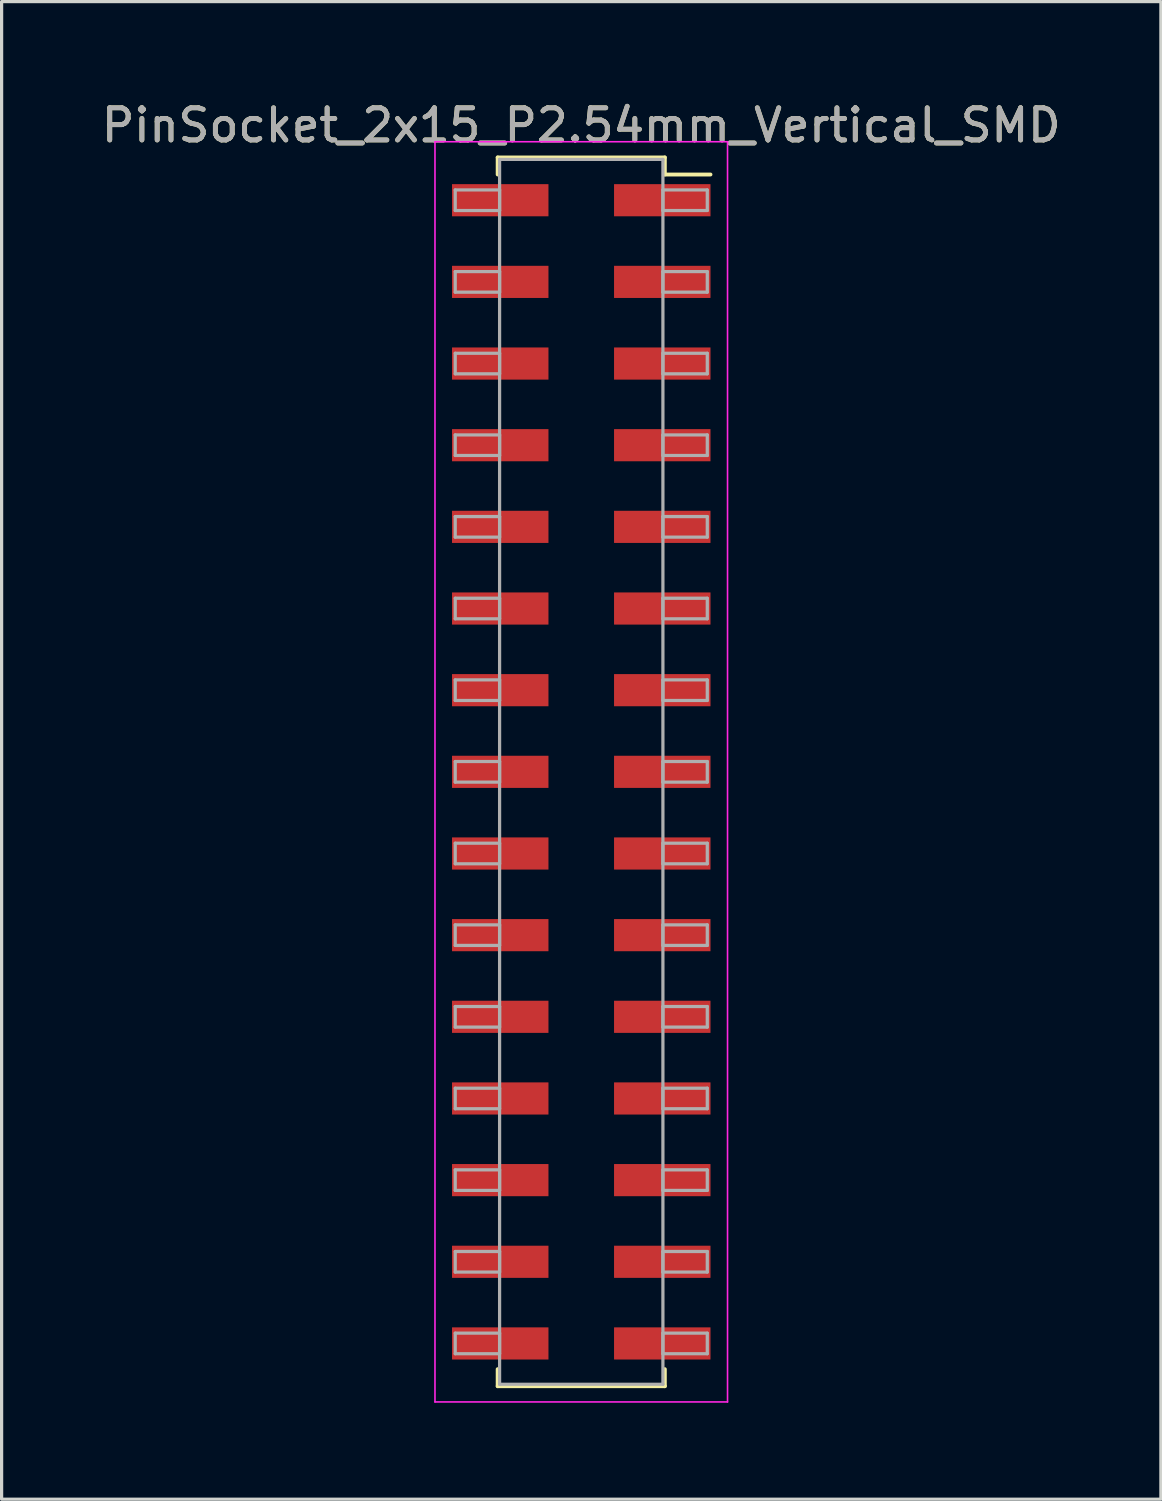
<source format=kicad_pcb>
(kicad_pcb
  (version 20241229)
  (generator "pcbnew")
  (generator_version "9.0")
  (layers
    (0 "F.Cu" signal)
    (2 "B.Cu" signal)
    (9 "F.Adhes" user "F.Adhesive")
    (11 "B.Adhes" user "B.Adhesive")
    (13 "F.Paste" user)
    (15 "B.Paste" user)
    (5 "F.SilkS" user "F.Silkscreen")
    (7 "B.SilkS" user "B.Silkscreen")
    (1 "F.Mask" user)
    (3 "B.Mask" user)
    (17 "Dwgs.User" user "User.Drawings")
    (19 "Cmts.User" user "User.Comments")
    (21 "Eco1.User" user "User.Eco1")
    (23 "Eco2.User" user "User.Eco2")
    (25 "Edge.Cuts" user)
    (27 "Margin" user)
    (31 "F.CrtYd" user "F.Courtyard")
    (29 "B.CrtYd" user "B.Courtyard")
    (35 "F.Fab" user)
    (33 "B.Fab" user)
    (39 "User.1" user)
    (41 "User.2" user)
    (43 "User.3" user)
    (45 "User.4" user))
  (footprint "PinSocket_2x15_P2.54mm_Vertical_SMD"
    (layer "F.Cu")
    (at 15.03 20.958)
    (property "Reference" "PinSocket_2x15_P2.54mm_Vertical_SMD" (at 0 -20.11 0) (layer "F.SilkS") (effects (font (size 1 1) (thickness 0.15))))
    (attr smd)
    (fp_line (start -2.6 -19.11) (end 2.6 -19.11) (stroke (width 0.12) (type solid)) (layer "F.SilkS"))
    (fp_line (start -2.6 -18.58) (end -2.6 -19.11) (stroke (width 0.12) (type solid)) (layer "F.SilkS"))
    (fp_line (start -2.6 18.58) (end -2.6 19.11) (stroke (width 0.12) (type solid)) (layer "F.SilkS"))
    (fp_line (start -2.6 19.11) (end 2.6 19.11) (stroke (width 0.12) (type solid)) (layer "F.SilkS"))
    (fp_line (start 2.6 -19.11) (end 2.6 -18.58) (stroke (width 0.12) (type solid)) (layer "F.SilkS"))
    (fp_line (start 2.6 19.11) (end 2.6 18.58) (stroke (width 0.12) (type solid)) (layer "F.SilkS"))
    (fp_line (start 4.02 -18.58) (end 2.6 -18.58) (stroke (width 0.12) (type solid)) (layer "F.SilkS"))
    (fp_line (start -4.55 -19.6) (end -4.55 19.6) (stroke (width 0.05) (type solid)) (layer "F.CrtYd"))
    (fp_line (start -4.55 19.6) (end 4.55 19.6) (stroke (width 0.05) (type solid)) (layer "F.CrtYd"))
    (fp_line (start 4.55 -19.6) (end -4.55 -19.6) (stroke (width 0.05) (type solid)) (layer "F.CrtYd"))
    (fp_line (start 4.55 19.6) (end 4.55 -19.6) (stroke (width 0.05) (type solid)) (layer "F.CrtYd"))
    (fp_line (start -3.92 -18.1) (end -2.54 -18.1) (stroke (width 0.1) (type solid)) (layer "F.Fab"))
    (fp_line (start -3.92 -17.46) (end -3.92 -18.1) (stroke (width 0.1) (type solid)) (layer "F.Fab"))
    (fp_line (start -3.92 -15.56) (end -2.54 -15.56) (stroke (width 0.1) (type solid)) (layer "F.Fab"))
    (fp_line (start -3.92 -14.92) (end -3.92 -15.56) (stroke (width 0.1) (type solid)) (layer "F.Fab"))
    (fp_line (start -3.92 -13.02) (end -2.54 -13.02) (stroke (width 0.1) (type solid)) (layer "F.Fab"))
    (fp_line (start -3.92 -12.38) (end -3.92 -13.02) (stroke (width 0.1) (type solid)) (layer "F.Fab"))
    (fp_line (start -3.92 -10.48) (end -2.54 -10.48) (stroke (width 0.1) (type solid)) (layer "F.Fab"))
    (fp_line (start -3.92 -9.84) (end -3.92 -10.48) (stroke (width 0.1) (type solid)) (layer "F.Fab"))
    (fp_line (start -3.92 -7.94) (end -2.54 -7.94) (stroke (width 0.1) (type solid)) (layer "F.Fab"))
    (fp_line (start -3.92 -7.3) (end -3.92 -7.94) (stroke (width 0.1) (type solid)) (layer "F.Fab"))
    (fp_line (start -3.92 -5.4) (end -2.54 -5.4) (stroke (width 0.1) (type solid)) (layer "F.Fab"))
    (fp_line (start -3.92 -4.76) (end -3.92 -5.4) (stroke (width 0.1) (type solid)) (layer "F.Fab"))
    (fp_line (start -3.92 -2.86) (end -2.54 -2.86) (stroke (width 0.1) (type solid)) (layer "F.Fab"))
    (fp_line (start -3.92 -2.22) (end -3.92 -2.86) (stroke (width 0.1) (type solid)) (layer "F.Fab"))
    (fp_line (start -3.92 -0.32) (end -2.54 -0.32) (stroke (width 0.1) (type solid)) (layer "F.Fab"))
    (fp_line (start -3.92 0.32) (end -3.92 -0.32) (stroke (width 0.1) (type solid)) (layer "F.Fab"))
    (fp_line (start -3.92 2.22) (end -2.54 2.22) (stroke (width 0.1) (type solid)) (layer "F.Fab"))
    (fp_line (start -3.92 2.86) (end -3.92 2.22) (stroke (width 0.1) (type solid)) (layer "F.Fab"))
    (fp_line (start -3.92 4.76) (end -2.54 4.76) (stroke (width 0.1) (type solid)) (layer "F.Fab"))
    (fp_line (start -3.92 5.4) (end -3.92 4.76) (stroke (width 0.1) (type solid)) (layer "F.Fab"))
    (fp_line (start -3.92 7.3) (end -2.54 7.3) (stroke (width 0.1) (type solid)) (layer "F.Fab"))
    (fp_line (start -3.92 7.94) (end -3.92 7.3) (stroke (width 0.1) (type solid)) (layer "F.Fab"))
    (fp_line (start -3.92 9.84) (end -2.54 9.84) (stroke (width 0.1) (type solid)) (layer "F.Fab"))
    (fp_line (start -3.92 10.48) (end -3.92 9.84) (stroke (width 0.1) (type solid)) (layer "F.Fab"))
    (fp_line (start -3.92 12.38) (end -2.54 12.38) (stroke (width 0.1) (type solid)) (layer "F.Fab"))
    (fp_line (start -3.92 13.02) (end -3.92 12.38) (stroke (width 0.1) (type solid)) (layer "F.Fab"))
    (fp_line (start -3.92 14.92) (end -2.54 14.92) (stroke (width 0.1) (type solid)) (layer "F.Fab"))
    (fp_line (start -3.92 15.56) (end -3.92 14.92) (stroke (width 0.1) (type solid)) (layer "F.Fab"))
    (fp_line (start -3.92 17.46) (end -2.54 17.46) (stroke (width 0.1) (type solid)) (layer "F.Fab"))
    (fp_line (start -3.92 18.1) (end -3.92 17.46) (stroke (width 0.1) (type solid)) (layer "F.Fab"))
    (fp_line (start -2.54 -19.05) (end -2.54 19.05) (stroke (width 0.1) (type solid)) (layer "F.Fab"))
    (fp_line (start -2.54 -18.1) (end -2.54 -17.46) (stroke (width 0.1) (type solid)) (layer "F.Fab"))
    (fp_line (start -2.54 -17.46) (end -3.92 -17.46) (stroke (width 0.1) (type solid)) (layer "F.Fab"))
    (fp_line (start -2.54 -15.56) (end -2.54 -14.92) (stroke (width 0.1) (type solid)) (layer "F.Fab"))
    (fp_line (start -2.54 -14.92) (end -3.92 -14.92) (stroke (width 0.1) (type solid)) (layer "F.Fab"))
    (fp_line (start -2.54 -13.02) (end -2.54 -12.38) (stroke (width 0.1) (type solid)) (layer "F.Fab"))
    (fp_line (start -2.54 -12.38) (end -3.92 -12.38) (stroke (width 0.1) (type solid)) (layer "F.Fab"))
    (fp_line (start -2.54 -10.48) (end -2.54 -9.84) (stroke (width 0.1) (type solid)) (layer "F.Fab"))
    (fp_line (start -2.54 -9.84) (end -3.92 -9.84) (stroke (width 0.1) (type solid)) (layer "F.Fab"))
    (fp_line (start -2.54 -7.94) (end -2.54 -7.3) (stroke (width 0.1) (type solid)) (layer "F.Fab"))
    (fp_line (start -2.54 -7.3) (end -3.92 -7.3) (stroke (width 0.1) (type solid)) (layer "F.Fab"))
    (fp_line (start -2.54 -5.4) (end -2.54 -4.76) (stroke (width 0.1) (type solid)) (layer "F.Fab"))
    (fp_line (start -2.54 -4.76) (end -3.92 -4.76) (stroke (width 0.1) (type solid)) (layer "F.Fab"))
    (fp_line (start -2.54 -2.86) (end -2.54 -2.22) (stroke (width 0.1) (type solid)) (layer "F.Fab"))
    (fp_line (start -2.54 -2.22) (end -3.92 -2.22) (stroke (width 0.1) (type solid)) (layer "F.Fab"))
    (fp_line (start -2.54 -0.32) (end -2.54 0.32) (stroke (width 0.1) (type solid)) (layer "F.Fab"))
    (fp_line (start -2.54 0.32) (end -3.92 0.32) (stroke (width 0.1) (type solid)) (layer "F.Fab"))
    (fp_line (start -2.54 2.22) (end -2.54 2.86) (stroke (width 0.1) (type solid)) (layer "F.Fab"))
    (fp_line (start -2.54 2.86) (end -3.92 2.86) (stroke (width 0.1) (type solid)) (layer "F.Fab"))
    (fp_line (start -2.54 4.76) (end -2.54 5.4) (stroke (width 0.1) (type solid)) (layer "F.Fab"))
    (fp_line (start -2.54 5.4) (end -3.92 5.4) (stroke (width 0.1) (type solid)) (layer "F.Fab"))
    (fp_line (start -2.54 7.3) (end -2.54 7.94) (stroke (width 0.1) (type solid)) (layer "F.Fab"))
    (fp_line (start -2.54 7.94) (end -3.92 7.94) (stroke (width 0.1) (type solid)) (layer "F.Fab"))
    (fp_line (start -2.54 9.84) (end -2.54 10.48) (stroke (width 0.1) (type solid)) (layer "F.Fab"))
    (fp_line (start -2.54 10.48) (end -3.92 10.48) (stroke (width 0.1) (type solid)) (layer "F.Fab"))
    (fp_line (start -2.54 12.38) (end -2.54 13.02) (stroke (width 0.1) (type solid)) (layer "F.Fab"))
    (fp_line (start -2.54 13.02) (end -3.92 13.02) (stroke (width 0.1) (type solid)) (layer "F.Fab"))
    (fp_line (start -2.54 14.92) (end -2.54 15.56) (stroke (width 0.1) (type solid)) (layer "F.Fab"))
    (fp_line (start -2.54 15.56) (end -3.92 15.56) (stroke (width 0.1) (type solid)) (layer "F.Fab"))
    (fp_line (start -2.54 17.46) (end -2.54 18.1) (stroke (width 0.1) (type solid)) (layer "F.Fab"))
    (fp_line (start -2.54 18.1) (end -3.92 18.1) (stroke (width 0.1) (type solid)) (layer "F.Fab"))
    (fp_line (start -2.54 19.05) (end 2.54 19.05) (stroke (width 0.1) (type solid)) (layer "F.Fab"))
    (fp_line (start 2.54 -19.05) (end -2.54 -19.05) (stroke (width 0.1) (type solid)) (layer "F.Fab"))
    (fp_line (start 2.54 -18.1) (end 2.54 -17.46) (stroke (width 0.1) (type solid)) (layer "F.Fab"))
    (fp_line (start 2.54 -17.46) (end 3.92 -17.46) (stroke (width 0.1) (type solid)) (layer "F.Fab"))
    (fp_line (start 2.54 -15.56) (end 2.54 -14.92) (stroke (width 0.1) (type solid)) (layer "F.Fab"))
    (fp_line (start 2.54 -14.92) (end 3.92 -14.92) (stroke (width 0.1) (type solid)) (layer "F.Fab"))
    (fp_line (start 2.54 -13.02) (end 2.54 -12.38) (stroke (width 0.1) (type solid)) (layer "F.Fab"))
    (fp_line (start 2.54 -12.38) (end 3.92 -12.38) (stroke (width 0.1) (type solid)) (layer "F.Fab"))
    (fp_line (start 2.54 -10.48) (end 2.54 -9.84) (stroke (width 0.1) (type solid)) (layer "F.Fab"))
    (fp_line (start 2.54 -9.84) (end 3.92 -9.84) (stroke (width 0.1) (type solid)) (layer "F.Fab"))
    (fp_line (start 2.54 -7.94) (end 2.54 -7.3) (stroke (width 0.1) (type solid)) (layer "F.Fab"))
    (fp_line (start 2.54 -7.3) (end 3.92 -7.3) (stroke (width 0.1) (type solid)) (layer "F.Fab"))
    (fp_line (start 2.54 -5.4) (end 2.54 -4.76) (stroke (width 0.1) (type solid)) (layer "F.Fab"))
    (fp_line (start 2.54 -4.76) (end 3.92 -4.76) (stroke (width 0.1) (type solid)) (layer "F.Fab"))
    (fp_line (start 2.54 -2.86) (end 2.54 -2.22) (stroke (width 0.1) (type solid)) (layer "F.Fab"))
    (fp_line (start 2.54 -2.22) (end 3.92 -2.22) (stroke (width 0.1) (type solid)) (layer "F.Fab"))
    (fp_line (start 2.54 -0.32) (end 2.54 0.32) (stroke (width 0.1) (type solid)) (layer "F.Fab"))
    (fp_line (start 2.54 0.32) (end 3.92 0.32) (stroke (width 0.1) (type solid)) (layer "F.Fab"))
    (fp_line (start 2.54 2.22) (end 2.54 2.86) (stroke (width 0.1) (type solid)) (layer "F.Fab"))
    (fp_line (start 2.54 2.86) (end 3.92 2.86) (stroke (width 0.1) (type solid)) (layer "F.Fab"))
    (fp_line (start 2.54 4.76) (end 2.54 5.4) (stroke (width 0.1) (type solid)) (layer "F.Fab"))
    (fp_line (start 2.54 5.4) (end 3.92 5.4) (stroke (width 0.1) (type solid)) (layer "F.Fab"))
    (fp_line (start 2.54 7.3) (end 2.54 7.94) (stroke (width 0.1) (type solid)) (layer "F.Fab"))
    (fp_line (start 2.54 7.94) (end 3.92 7.94) (stroke (width 0.1) (type solid)) (layer "F.Fab"))
    (fp_line (start 2.54 9.84) (end 2.54 10.48) (stroke (width 0.1) (type solid)) (layer "F.Fab"))
    (fp_line (start 2.54 10.48) (end 3.92 10.48) (stroke (width 0.1) (type solid)) (layer "F.Fab"))
    (fp_line (start 2.54 12.38) (end 2.54 13.02) (stroke (width 0.1) (type solid)) (layer "F.Fab"))
    (fp_line (start 2.54 13.02) (end 3.92 13.02) (stroke (width 0.1) (type solid)) (layer "F.Fab"))
    (fp_line (start 2.54 14.92) (end 2.54 15.56) (stroke (width 0.1) (type solid)) (layer "F.Fab"))
    (fp_line (start 2.54 15.56) (end 3.92 15.56) (stroke (width 0.1) (type solid)) (layer "F.Fab"))
    (fp_line (start 2.54 17.46) (end 2.54 18.1) (stroke (width 0.1) (type solid)) (layer "F.Fab"))
    (fp_line (start 2.54 18.1) (end 3.92 18.1) (stroke (width 0.1) (type solid)) (layer "F.Fab"))
    (fp_line (start 2.54 19.05) (end 2.54 -19.05) (stroke (width 0.1) (type solid)) (layer "F.Fab"))
    (fp_line (start 3.92 -18.1) (end 2.54 -18.1) (stroke (width 0.1) (type solid)) (layer "F.Fab"))
    (fp_line (start 3.92 -17.46) (end 3.92 -18.1) (stroke (width 0.1) (type solid)) (layer "F.Fab"))
    (fp_line (start 3.92 -15.56) (end 2.54 -15.56) (stroke (width 0.1) (type solid)) (layer "F.Fab"))
    (fp_line (start 3.92 -14.92) (end 3.92 -15.56) (stroke (width 0.1) (type solid)) (layer "F.Fab"))
    (fp_line (start 3.92 -13.02) (end 2.54 -13.02) (stroke (width 0.1) (type solid)) (layer "F.Fab"))
    (fp_line (start 3.92 -12.38) (end 3.92 -13.02) (stroke (width 0.1) (type solid)) (layer "F.Fab"))
    (fp_line (start 3.92 -10.48) (end 2.54 -10.48) (stroke (width 0.1) (type solid)) (layer "F.Fab"))
    (fp_line (start 3.92 -9.84) (end 3.92 -10.48) (stroke (width 0.1) (type solid)) (layer "F.Fab"))
    (fp_line (start 3.92 -7.94) (end 2.54 -7.94) (stroke (width 0.1) (type solid)) (layer "F.Fab"))
    (fp_line (start 3.92 -7.3) (end 3.92 -7.94) (stroke (width 0.1) (type solid)) (layer "F.Fab"))
    (fp_line (start 3.92 -5.4) (end 2.54 -5.4) (stroke (width 0.1) (type solid)) (layer "F.Fab"))
    (fp_line (start 3.92 -4.76) (end 3.92 -5.4) (stroke (width 0.1) (type solid)) (layer "F.Fab"))
    (fp_line (start 3.92 -2.86) (end 2.54 -2.86) (stroke (width 0.1) (type solid)) (layer "F.Fab"))
    (fp_line (start 3.92 -2.22) (end 3.92 -2.86) (stroke (width 0.1) (type solid)) (layer "F.Fab"))
    (fp_line (start 3.92 -0.32) (end 2.54 -0.32) (stroke (width 0.1) (type solid)) (layer "F.Fab"))
    (fp_line (start 3.92 0.32) (end 3.92 -0.32) (stroke (width 0.1) (type solid)) (layer "F.Fab"))
    (fp_line (start 3.92 2.22) (end 2.54 2.22) (stroke (width 0.1) (type solid)) (layer "F.Fab"))
    (fp_line (start 3.92 2.86) (end 3.92 2.22) (stroke (width 0.1) (type solid)) (layer "F.Fab"))
    (fp_line (start 3.92 4.76) (end 2.54 4.76) (stroke (width 0.1) (type solid)) (layer "F.Fab"))
    (fp_line (start 3.92 5.4) (end 3.92 4.76) (stroke (width 0.1) (type solid)) (layer "F.Fab"))
    (fp_line (start 3.92 7.3) (end 2.54 7.3) (stroke (width 0.1) (type solid)) (layer "F.Fab"))
    (fp_line (start 3.92 7.94) (end 3.92 7.3) (stroke (width 0.1) (type solid)) (layer "F.Fab"))
    (fp_line (start 3.92 9.84) (end 2.54 9.84) (stroke (width 0.1) (type solid)) (layer "F.Fab"))
    (fp_line (start 3.92 10.48) (end 3.92 9.84) (stroke (width 0.1) (type solid)) (layer "F.Fab"))
    (fp_line (start 3.92 12.38) (end 2.54 12.38) (stroke (width 0.1) (type solid)) (layer "F.Fab"))
    (fp_line (start 3.92 13.02) (end 3.92 12.38) (stroke (width 0.1) (type solid)) (layer "F.Fab"))
    (fp_line (start 3.92 14.92) (end 2.54 14.92) (stroke (width 0.1) (type solid)) (layer "F.Fab"))
    (fp_line (start 3.92 15.56) (end 3.92 14.92) (stroke (width 0.1) (type solid)) (layer "F.Fab"))
    (fp_line (start 3.92 17.46) (end 2.54 17.46) (stroke (width 0.1) (type solid)) (layer "F.Fab"))
    (fp_line (start 3.92 18.1) (end 3.92 17.46) (stroke (width 0.1) (type solid)) (layer "F.Fab"))
    (fp_text user "${REFERENCE}" (at 0 -20.11 0) (layer "F.Fab") (effects (font (size 1 1) (thickness 0.15))))
    (pad "1" smd rect (at 2.52 -17.78) (size 3 1) (layers "F.Cu" "F.Mask" "F.Paste"))
    (pad "2" smd rect (at -2.52 -17.78) (size 3 1) (layers "F.Cu" "F.Mask" "F.Paste"))
    (pad "3" smd rect (at 2.52 -15.24) (size 3 1) (layers "F.Cu" "F.Mask" "F.Paste"))
    (pad "4" smd rect (at -2.52 -15.24) (size 3 1) (layers "F.Cu" "F.Mask" "F.Paste"))
    (pad "5" smd rect (at 2.52 -12.7) (size 3 1) (layers "F.Cu" "F.Mask" "F.Paste"))
    (pad "6" smd rect (at -2.52 -12.7) (size 3 1) (layers "F.Cu" "F.Mask" "F.Paste"))
    (pad "7" smd rect (at 2.52 -10.16) (size 3 1) (layers "F.Cu" "F.Mask" "F.Paste"))
    (pad "8" smd rect (at -2.52 -10.16) (size 3 1) (layers "F.Cu" "F.Mask" "F.Paste"))
    (pad "9" smd rect (at 2.52 -7.62) (size 3 1) (layers "F.Cu" "F.Mask" "F.Paste"))
    (pad "10" smd rect (at -2.52 -7.62) (size 3 1) (layers "F.Cu" "F.Mask" "F.Paste"))
    (pad "11" smd rect (at 2.52 -5.08) (size 3 1) (layers "F.Cu" "F.Mask" "F.Paste"))
    (pad "12" smd rect (at -2.52 -5.08) (size 3 1) (layers "F.Cu" "F.Mask" "F.Paste"))
    (pad "13" smd rect (at 2.52 -2.54) (size 3 1) (layers "F.Cu" "F.Mask" "F.Paste"))
    (pad "14" smd rect (at -2.52 -2.54) (size 3 1) (layers "F.Cu" "F.Mask" "F.Paste"))
    (pad "15" smd rect (at 2.52 0) (size 3 1) (layers "F.Cu" "F.Mask" "F.Paste"))
    (pad "16" smd rect (at -2.52 0) (size 3 1) (layers "F.Cu" "F.Mask" "F.Paste"))
    (pad "17" smd rect (at 2.52 2.54) (size 3 1) (layers "F.Cu" "F.Mask" "F.Paste"))
    (pad "18" smd rect (at -2.52 2.54) (size 3 1) (layers "F.Cu" "F.Mask" "F.Paste"))
    (pad "19" smd rect (at 2.52 5.08) (size 3 1) (layers "F.Cu" "F.Mask" "F.Paste"))
    (pad "20" smd rect (at -2.52 5.08) (size 3 1) (layers "F.Cu" "F.Mask" "F.Paste"))
    (pad "21" smd rect (at 2.52 7.62) (size 3 1) (layers "F.Cu" "F.Mask" "F.Paste"))
    (pad "22" smd rect (at -2.52 7.62) (size 3 1) (layers "F.Cu" "F.Mask" "F.Paste"))
    (pad "23" smd rect (at 2.52 10.16) (size 3 1) (layers "F.Cu" "F.Mask" "F.Paste"))
    (pad "24" smd rect (at -2.52 10.16) (size 3 1) (layers "F.Cu" "F.Mask" "F.Paste"))
    (pad "25" smd rect (at 2.52 12.7) (size 3 1) (layers "F.Cu" "F.Mask" "F.Paste"))
    (pad "26" smd rect (at -2.52 12.7) (size 3 1) (layers "F.Cu" "F.Mask" "F.Paste"))
    (pad "27" smd rect (at 2.52 15.24) (size 3 1) (layers "F.Cu" "F.Mask" "F.Paste"))
    (pad "28" smd rect (at -2.52 15.24) (size 3 1) (layers "F.Cu" "F.Mask" "F.Paste"))
    (pad "29" smd rect (at 2.52 17.78) (size 3 1) (layers "F.Cu" "F.Mask" "F.Paste"))
    (pad "30" smd rect (at -2.52 17.78) (size 3 1) (layers "F.Cu" "F.Mask" "F.Paste")))
  (gr_rect
    (start -3 -3)
    (end 33.06 43.583)
    (stroke (width 0.1) (type default))
    (fill no)
    (layer "Edge.Cuts")))
</source>
